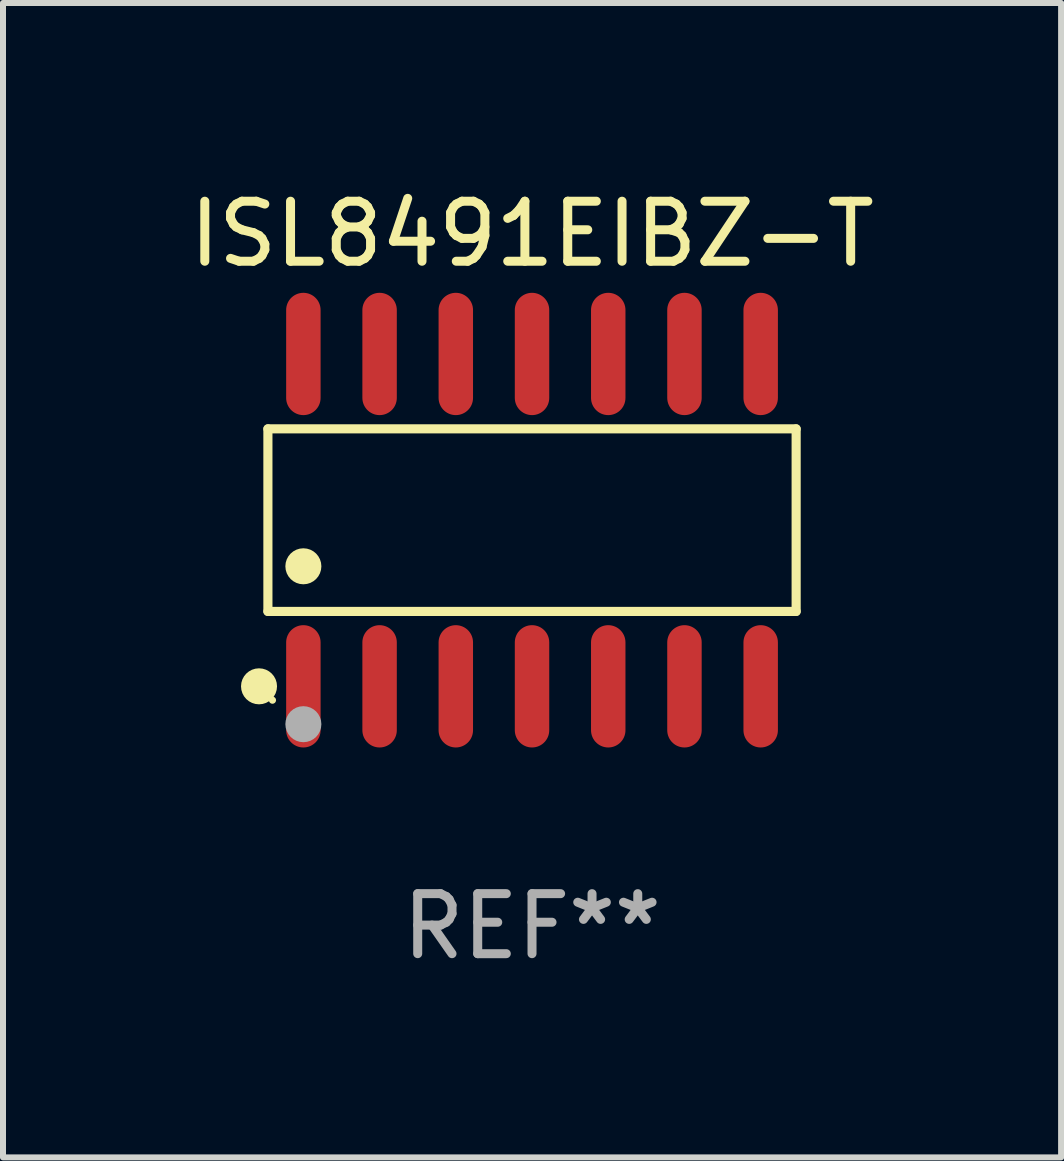
<source format=kicad_pcb>
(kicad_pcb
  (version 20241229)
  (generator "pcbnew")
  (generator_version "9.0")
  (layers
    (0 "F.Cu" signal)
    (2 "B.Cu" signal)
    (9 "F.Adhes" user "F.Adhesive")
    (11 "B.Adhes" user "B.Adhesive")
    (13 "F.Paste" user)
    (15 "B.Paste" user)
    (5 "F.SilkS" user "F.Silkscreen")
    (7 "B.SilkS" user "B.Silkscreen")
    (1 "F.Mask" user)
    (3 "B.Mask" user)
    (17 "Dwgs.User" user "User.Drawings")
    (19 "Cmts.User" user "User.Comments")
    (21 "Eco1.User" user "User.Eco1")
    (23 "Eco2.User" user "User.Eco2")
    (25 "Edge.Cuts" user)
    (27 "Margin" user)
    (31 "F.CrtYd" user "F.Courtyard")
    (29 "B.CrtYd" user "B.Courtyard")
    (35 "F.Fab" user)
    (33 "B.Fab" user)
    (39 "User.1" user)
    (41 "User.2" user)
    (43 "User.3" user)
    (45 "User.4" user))
  (footprint "ISL8491EIBZ-T"
    (layer "F.Cu")
    (at 5.815 5.617)
    (property "Reference" "ISL8491EIBZ-T" (at 0 -4.769 0) (layer "F.SilkS") (effects (font (size 1 1) (thickness 0.15))))
    (attr through_hole)
    (fp_line (start -4.401 -1.521) (end 4.401 -1.521) (stroke (width 0.152) (type solid)) (layer "F.SilkS"))
    (fp_line (start -4.401 1.521) (end -4.401 -1.521) (stroke (width 0.152) (type solid)) (layer "F.SilkS"))
    (fp_line (start 4.401 -1.521) (end 4.401 1.521) (stroke (width 0.152) (type solid)) (layer "F.SilkS"))
    (fp_line (start 4.401 1.521) (end -4.401 1.521) (stroke (width 0.152) (type solid)) (layer "F.SilkS"))
    (fp_circle (center -4.549 2.769) (end -4.399 2.769) (stroke (width 0.3) (type solid)) (fill no) (layer "F.SilkS"))
    (fp_circle (center -4.325 3) (end -4.295 3) (stroke (width 0.06) (type solid)) (fill no) (layer "F.SilkS"))
    (fp_circle (center -3.81 0.769) (end -3.66 0.769) (stroke (width 0.3) (type solid)) (fill no) (layer "F.SilkS"))
    (fp_circle (center -3.81 3.4) (end -3.66 3.4) (stroke (width 0.3) (type solid)) (fill no) (layer "F.Fab"))
    (fp_text user "REF**" (at 0 6.769 0) (layer "F.Fab") (effects (font (size 1 1) (thickness 0.15))))
    (pad "1" smd oval (at -3.81 2.769) (size 0.574 2.038) (layers "F.Cu" "F.Mask" "F.Paste"))
    (pad "2" smd oval (at -2.54 2.769) (size 0.574 2.038) (layers "F.Cu" "F.Mask" "F.Paste"))
    (pad "3" smd oval (at -1.27 2.769) (size 0.574 2.038) (layers "F.Cu" "F.Mask" "F.Paste"))
    (pad "4" smd oval (at 0 2.769) (size 0.574 2.038) (layers "F.Cu" "F.Mask" "F.Paste"))
    (pad "5" smd oval (at 1.27 2.769) (size 0.574 2.038) (layers "F.Cu" "F.Mask" "F.Paste"))
    (pad "6" smd oval (at 2.54 2.769) (size 0.574 2.038) (layers "F.Cu" "F.Mask" "F.Paste"))
    (pad "7" smd oval (at 3.81 2.769) (size 0.574 2.038) (layers "F.Cu" "F.Mask" "F.Paste"))
    (pad "8" smd oval (at 3.81 -2.769) (size 0.574 2.038) (layers "F.Cu" "F.Mask" "F.Paste"))
    (pad "9" smd oval (at 2.54 -2.769) (size 0.574 2.038) (layers "F.Cu" "F.Mask" "F.Paste"))
    (pad "10" smd oval (at 1.27 -2.769) (size 0.574 2.038) (layers "F.Cu" "F.Mask" "F.Paste"))
    (pad "11" smd oval (at 0 -2.769) (size 0.574 2.038) (layers "F.Cu" "F.Mask" "F.Paste"))
    (pad "12" smd oval (at -1.27 -2.769) (size 0.574 2.038) (layers "F.Cu" "F.Mask" "F.Paste"))
    (pad "13" smd oval (at -2.54 -2.769) (size 0.574 2.038) (layers "F.Cu" "F.Mask" "F.Paste"))
    (pad "14" smd oval (at -3.81 -2.769) (size 0.574 2.038) (layers "F.Cu" "F.Mask" "F.Paste")))
  (gr_rect
    (start -3 -3)
    (end 14.631 16.235)
    (stroke (width 0.1) (type default))
    (fill no)
    (layer "Edge.Cuts")))
</source>
